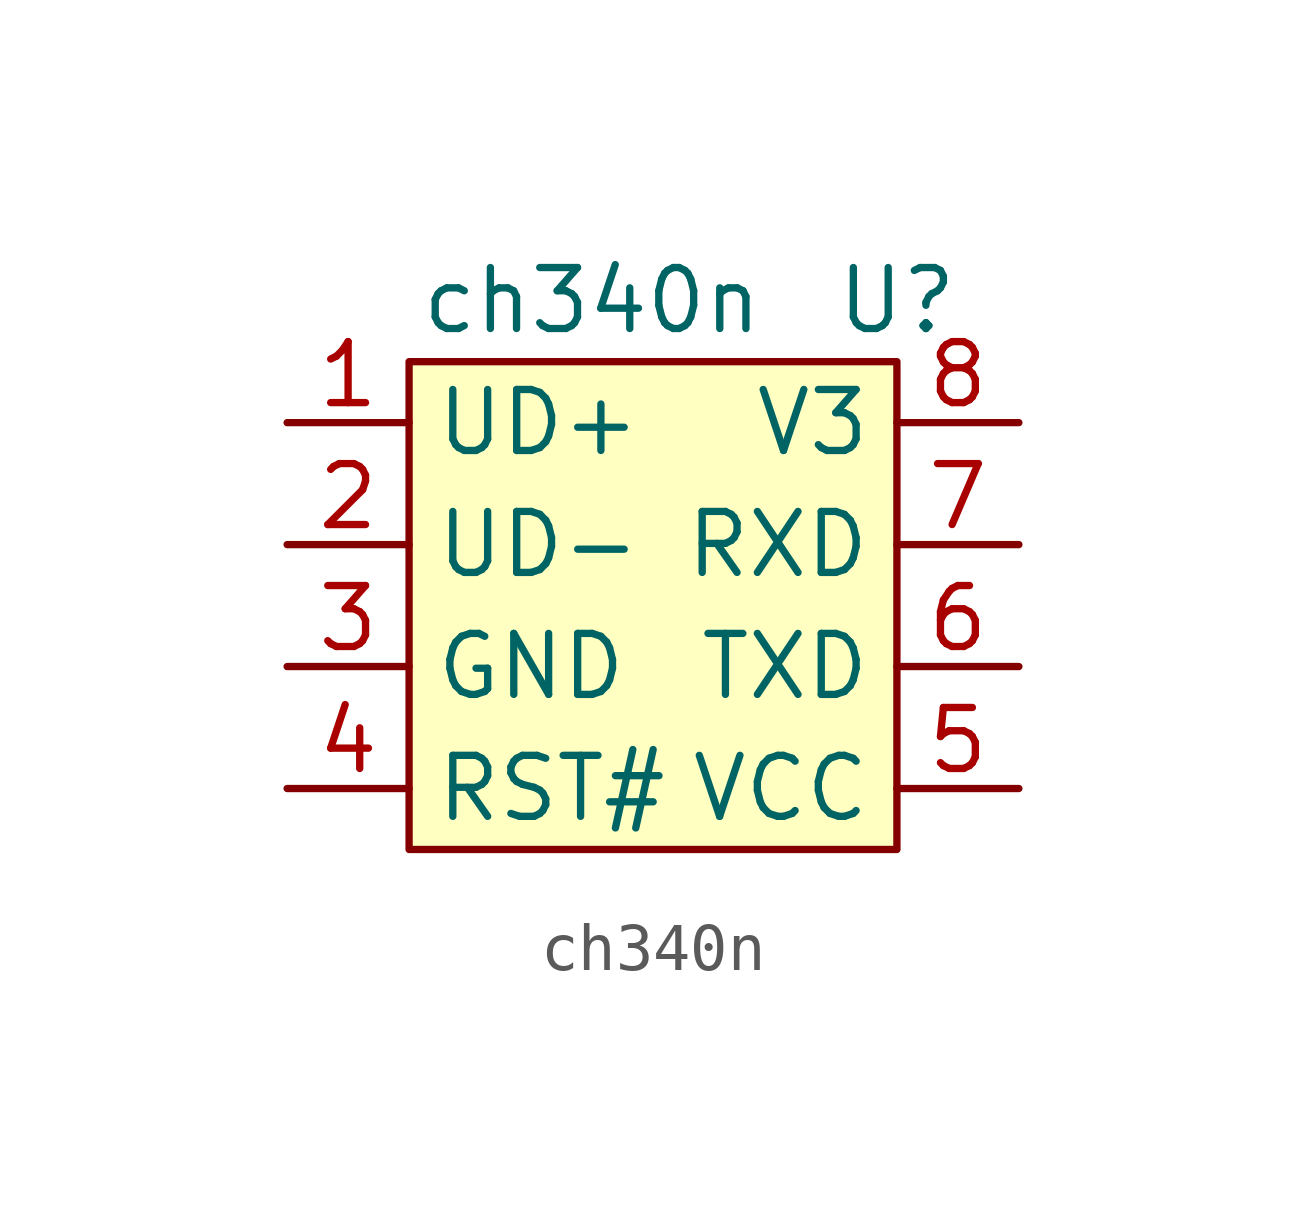
<source format=kicad_sym>
(kicad_symbol_lib
  (version 20211014)
  (generator kicad_symbol_editor)
  (symbol "ch340n"
    (property "Reference" "U"
      (at 7.62 3.81 0)
      (effects (font (size 1.27 1.27))))
    (property "Value" "ch340n"
      (at 1.27 3.81 0)
      (effects (font (size 1.27 1.27))))
    (symbol "ch340n_0_1"
      (rectangle (start -2.54 2.54) (end 7.62 -7.62) (stroke (width 0) (type default) (color 0 0 0 0)) (fill (type background))))
    (symbol "ch340n_1_1"
      (pin bidirectional line (at -5.08 1.27 0) (length 2.54) (name "UD+" (effects (font (size 1.27 1.27)))) (number "1" (effects (font (size 1.27 1.27)))))
      (pin bidirectional line (at -5.08 -1.27 0) (length 2.54) (name "UD-" (effects (font (size 1.27 1.27)))) (number "2" (effects (font (size 1.27 1.27)))))
      (pin power_in line (at -5.08 -3.81 0) (length 2.54) (name "GND" (effects (font (size 1.27 1.27)))) (number "3" (effects (font (size 1.27 1.27)))))
      (pin input line (at -5.08 -6.35 0) (length 2.54) (name "RST#" (effects (font (size 1.27 1.27)))) (number "4" (effects (font (size 1.27 1.27)))))
      (pin power_in line (at 10.16 -6.35 180) (length 2.54) (name "VCC" (effects (font (size 1.27 1.27)))) (number "5" (effects (font (size 1.27 1.27)))))
      (pin output line (at 10.16 -3.81 180) (length 2.54) (name "TXD" (effects (font (size 1.27 1.27)))) (number "6" (effects (font (size 1.27 1.27)))))
      (pin input line (at 10.16 -1.27 180) (length 2.54) (name "RXD" (effects (font (size 1.27 1.27)))) (number "7" (effects (font (size 1.27 1.27)))))
      (pin power_out line (at 10.16 1.27 180) (length 2.54) (name "V3" (effects (font (size 1.27 1.27)))) (number "8" (effects (font (size 1.27 1.27))))))))
</source>
